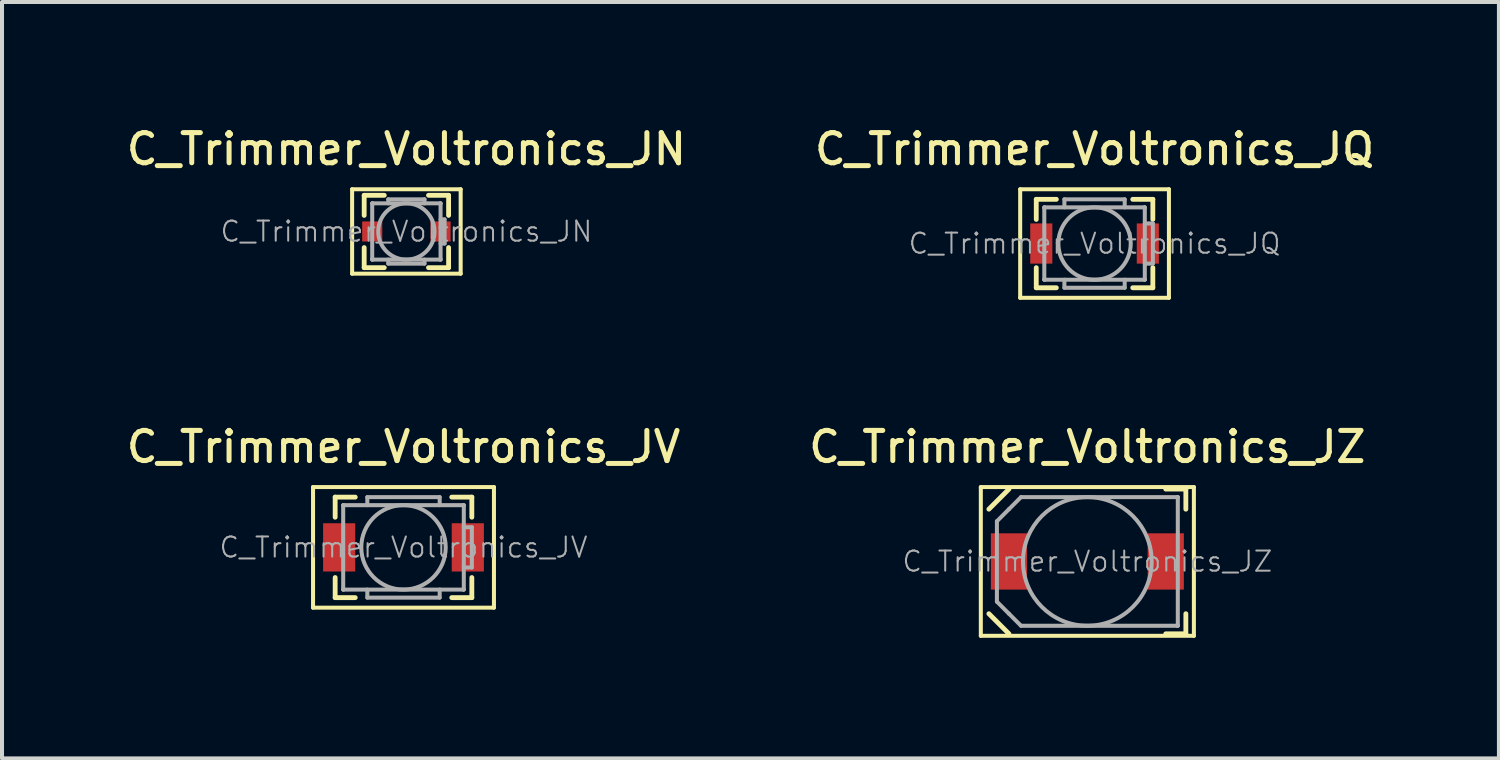
<source format=kicad_pcb>
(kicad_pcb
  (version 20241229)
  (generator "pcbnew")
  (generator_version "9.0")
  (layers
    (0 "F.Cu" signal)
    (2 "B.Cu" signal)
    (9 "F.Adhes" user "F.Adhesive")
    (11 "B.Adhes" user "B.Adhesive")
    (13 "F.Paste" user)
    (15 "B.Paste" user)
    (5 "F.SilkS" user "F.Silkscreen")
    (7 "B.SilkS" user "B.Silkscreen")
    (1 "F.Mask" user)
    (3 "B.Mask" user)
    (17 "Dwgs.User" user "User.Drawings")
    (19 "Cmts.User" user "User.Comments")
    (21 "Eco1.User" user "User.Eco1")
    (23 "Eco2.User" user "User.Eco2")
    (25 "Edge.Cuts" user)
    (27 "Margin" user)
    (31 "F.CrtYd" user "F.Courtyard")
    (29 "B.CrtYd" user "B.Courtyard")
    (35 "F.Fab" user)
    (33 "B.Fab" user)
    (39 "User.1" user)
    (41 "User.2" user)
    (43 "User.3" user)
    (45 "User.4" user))
  (footprint "C_Trimmer_Voltronics_JN"
    (layer "F.Cu")
    (at 7.059 2.708)
    (property "Reference" "C_Trimmer_Voltronics_JN" (at 0 -2.05 0) (layer "F.SilkS") (effects (font (size 0.75 0.75) (thickness 0.125))))
    (attr smd)
    (fp_line (start -1.35 -1.05) (end -1.35 1.05) (stroke (width 0.1) (type solid)) (layer "F.SilkS"))
    (fp_line (start -1.35 1.05) (end 1.35 1.05) (stroke (width 0.1) (type solid)) (layer "F.SilkS"))
    (fp_line (start -1.05 -0.9) (end -1.05 -0.4) (stroke (width 0.12) (type solid)) (layer "F.SilkS"))
    (fp_line (start -1.05 -0.9) (end -0.55 -0.9) (stroke (width 0.12) (type solid)) (layer "F.SilkS"))
    (fp_line (start -1.05 0.9) (end -1.05 0.4) (stroke (width 0.12) (type solid)) (layer "F.SilkS"))
    (fp_line (start -1.05 0.9) (end -0.55 0.9) (stroke (width 0.12) (type solid)) (layer "F.SilkS"))
    (fp_line (start 1.05 -0.9) (end 0.55 -0.9) (stroke (width 0.12) (type solid)) (layer "F.SilkS"))
    (fp_line (start 1.05 -0.9) (end 1.05 -0.4) (stroke (width 0.12) (type solid)) (layer "F.SilkS"))
    (fp_line (start 1.05 0.9) (end 0.55 0.9) (stroke (width 0.12) (type solid)) (layer "F.SilkS"))
    (fp_line (start 1.05 0.9) (end 1.05 0.4) (stroke (width 0.12) (type solid)) (layer "F.SilkS"))
    (fp_line (start 1.35 -1.05) (end -1.35 -1.05) (stroke (width 0.1) (type solid)) (layer "F.SilkS"))
    (fp_line (start 1.35 1.05) (end 1.35 -1.05) (stroke (width 0.1) (type solid)) (layer "F.SilkS"))
    (fp_line (start -0.85 -0.7) (end -0.84 -0.7) (stroke (width 0.1) (type solid)) (layer "F.Fab"))
    (fp_line (start -0.85 -0.69) (end -0.85 -0.7) (stroke (width 0.1) (type solid)) (layer "F.Fab"))
    (fp_line (start -0.85 0.69) (end -0.85 -0.69) (stroke (width 0.1) (type solid)) (layer "F.Fab"))
    (fp_line (start -0.85 0.7) (end -0.85 0.69) (stroke (width 0.1) (type solid)) (layer "F.Fab"))
    (fp_line (start -0.84 -0.7) (end 0.84 -0.7) (stroke (width 0.1) (type solid)) (layer "F.Fab"))
    (fp_line (start -0.84 0.7) (end -0.85 0.7) (stroke (width 0.1) (type solid)) (layer "F.Fab"))
    (fp_line (start -0.45 -0.8) (end 0.45 -0.8) (stroke (width 0.1) (type solid)) (layer "F.Fab"))
    (fp_line (start -0.45 -0.7) (end -0.45 -0.8) (stroke (width 0.1) (type solid)) (layer "F.Fab"))
    (fp_line (start -0.45 0.7) (end -0.45 0.8) (stroke (width 0.1) (type solid)) (layer "F.Fab"))
    (fp_line (start -0.45 0.8) (end 0.45 0.8) (stroke (width 0.1) (type solid)) (layer "F.Fab"))
    (fp_line (start 0.45 -0.8) (end 0.45 -0.7) (stroke (width 0.1) (type solid)) (layer "F.Fab"))
    (fp_line (start 0.45 0.8) (end 0.45 0.7) (stroke (width 0.1) (type solid)) (layer "F.Fab"))
    (fp_line (start 0.84 -0.7) (end 0.85 -0.7) (stroke (width 0.1) (type solid)) (layer "F.Fab"))
    (fp_line (start 0.84 0.7) (end -0.84 0.7) (stroke (width 0.1) (type solid)) (layer "F.Fab"))
    (fp_line (start 0.85 -0.7) (end 0.85 -0.69) (stroke (width 0.1) (type solid)) (layer "F.Fab"))
    (fp_line (start 0.85 -0.69) (end 0.85 0.69) (stroke (width 0.1) (type solid)) (layer "F.Fab"))
    (fp_line (start 0.85 -0.3) (end 0.95 -0.3) (stroke (width 0.1) (type solid)) (layer "F.Fab"))
    (fp_line (start 0.85 0.69) (end 0.85 0.7) (stroke (width 0.1) (type solid)) (layer "F.Fab"))
    (fp_line (start 0.85 0.7) (end 0.84 0.7) (stroke (width 0.1) (type solid)) (layer "F.Fab"))
    (fp_line (start 0.95 -0.3) (end 0.95 0.3) (stroke (width 0.1) (type solid)) (layer "F.Fab"))
    (fp_line (start 0.95 0.3) (end 0.85 0.3) (stroke (width 0.1) (type solid)) (layer "F.Fab"))
    (fp_circle (center 0 0) (end 0.7 0) (stroke (width 0.1) (type solid)) (fill no) (layer "F.Fab"))
    (fp_text user "${REFERENCE}" (at 0 0 0) (layer "F.Fab") (effects (font (size 0.5 0.5) (thickness 0.05))))
    (pad "1" smd rect (at -0.85 0) (size 0.5 0.5) (layers "F.Cu" "F.Mask" "F.Paste"))
    (pad "2" smd rect (at 0.85 0) (size 0.5 0.5) (layers "F.Cu" "F.Mask" "F.Paste")))
  (footprint "C_Trimmer_Voltronics_JV"
    (layer "F.Cu")
    (at 6.987 10.566)
    (property "Reference" "C_Trimmer_Voltronics_JV" (at 0 -2.5 0) (layer "F.SilkS") (effects (font (size 0.75 0.75) (thickness 0.125))))
    (attr smd)
    (fp_line (start -2.25 -1.5) (end -2.25 1.5) (stroke (width 0.1) (type solid)) (layer "F.SilkS"))
    (fp_line (start -2.25 1.5) (end 2.25 1.5) (stroke (width 0.1) (type solid)) (layer "F.SilkS"))
    (fp_line (start -1.7 -1.25) (end -1.7 -0.75) (stroke (width 0.12) (type solid)) (layer "F.SilkS"))
    (fp_line (start -1.7 -1.25) (end -1.2 -1.25) (stroke (width 0.12) (type solid)) (layer "F.SilkS"))
    (fp_line (start -1.7 1.25) (end -1.7 0.75) (stroke (width 0.12) (type solid)) (layer "F.SilkS"))
    (fp_line (start -1.7 1.25) (end -1.2 1.25) (stroke (width 0.12) (type solid)) (layer "F.SilkS"))
    (fp_line (start 1.7 -1.25) (end 1.2 -1.25) (stroke (width 0.12) (type solid)) (layer "F.SilkS"))
    (fp_line (start 1.7 -1.25) (end 1.7 -0.75) (stroke (width 0.12) (type solid)) (layer "F.SilkS"))
    (fp_line (start 1.7 1.25) (end 1.2 1.25) (stroke (width 0.12) (type solid)) (layer "F.SilkS"))
    (fp_line (start 1.7 1.25) (end 1.7 0.75) (stroke (width 0.12) (type solid)) (layer "F.SilkS"))
    (fp_line (start 2.25 -1.5) (end -2.25 -1.5) (stroke (width 0.1) (type solid)) (layer "F.SilkS"))
    (fp_line (start 2.25 1.5) (end 2.25 -1.5) (stroke (width 0.1) (type solid)) (layer "F.SilkS"))
    (fp_line (start -1.5 -1.05) (end -1.49 -1.05) (stroke (width 0.1) (type solid)) (layer "F.Fab"))
    (fp_line (start -1.5 -1.04) (end -1.5 -1.05) (stroke (width 0.1) (type solid)) (layer "F.Fab"))
    (fp_line (start -1.5 1.04) (end -1.5 -1.04) (stroke (width 0.1) (type solid)) (layer "F.Fab"))
    (fp_line (start -1.5 1.05) (end -1.5 1.04) (stroke (width 0.1) (type solid)) (layer "F.Fab"))
    (fp_line (start -1.49 -1.05) (end 1.49 -1.05) (stroke (width 0.1) (type solid)) (layer "F.Fab"))
    (fp_line (start -1.49 1.05) (end -1.5 1.05) (stroke (width 0.1) (type solid)) (layer "F.Fab"))
    (fp_line (start -0.9 -1.25) (end 0.9 -1.25) (stroke (width 0.1) (type solid)) (layer "F.Fab"))
    (fp_line (start -0.9 -1.05) (end -0.9 -1.25) (stroke (width 0.1) (type solid)) (layer "F.Fab"))
    (fp_line (start -0.9 1.05) (end -0.9 1.25) (stroke (width 0.1) (type solid)) (layer "F.Fab"))
    (fp_line (start -0.9 1.25) (end 0.9 1.25) (stroke (width 0.1) (type solid)) (layer "F.Fab"))
    (fp_line (start 0.9 -1.25) (end 0.9 -1.05) (stroke (width 0.1) (type solid)) (layer "F.Fab"))
    (fp_line (start 0.9 1.25) (end 0.9 1.05) (stroke (width 0.1) (type solid)) (layer "F.Fab"))
    (fp_line (start 1.49 -1.05) (end 1.5 -1.05) (stroke (width 0.1) (type solid)) (layer "F.Fab"))
    (fp_line (start 1.49 1.05) (end -1.49 1.05) (stroke (width 0.1) (type solid)) (layer "F.Fab"))
    (fp_line (start 1.5 -1.05) (end 1.5 -1.04) (stroke (width 0.1) (type solid)) (layer "F.Fab"))
    (fp_line (start 1.5 -1.04) (end 1.5 1.04) (stroke (width 0.1) (type solid)) (layer "F.Fab"))
    (fp_line (start 1.5 -0.5) (end 1.7 -0.5) (stroke (width 0.1) (type solid)) (layer "F.Fab"))
    (fp_line (start 1.5 1.04) (end 1.5 1.05) (stroke (width 0.1) (type solid)) (layer "F.Fab"))
    (fp_line (start 1.5 1.05) (end 1.49 1.05) (stroke (width 0.1) (type solid)) (layer "F.Fab"))
    (fp_line (start 1.7 -0.5) (end 1.7 0.5) (stroke (width 0.1) (type solid)) (layer "F.Fab"))
    (fp_line (start 1.7 0.5) (end 1.5 0.5) (stroke (width 0.1) (type solid)) (layer "F.Fab"))
    (fp_circle (center 0 0) (end 1.05 0) (stroke (width 0.1) (type solid)) (fill no) (layer "F.Fab"))
    (fp_text user "${REFERENCE}" (at 0 0 0) (layer "F.Fab") (effects (font (size 0.5 0.5) (thickness 0.05))))
    (pad "1" smd rect (at -1.6 0) (size 0.8 1.2) (layers "F.Cu" "F.Mask" "F.Paste"))
    (pad "2" smd rect (at 1.6 0) (size 0.8 1.2) (layers "F.Cu" "F.Mask" "F.Paste")))
  (footprint "C_Trimmer_Voltronics_JQ"
    (layer "F.Cu")
    (at 24.177 3.008)
    (property "Reference" "C_Trimmer_Voltronics_JQ" (at 0 -2.35 0) (layer "F.SilkS") (effects (font (size 0.75 0.75) (thickness 0.125))))
    (attr smd)
    (fp_line (start -1.85 -1.35) (end -1.85 1.35) (stroke (width 0.1) (type solid)) (layer "F.SilkS"))
    (fp_line (start -1.85 1.35) (end 1.85 1.35) (stroke (width 0.1) (type solid)) (layer "F.SilkS"))
    (fp_line (start -1.45 -1.1) (end -1.45 -0.6) (stroke (width 0.12) (type solid)) (layer "F.SilkS"))
    (fp_line (start -1.45 -1.1) (end -0.95 -1.1) (stroke (width 0.12) (type solid)) (layer "F.SilkS"))
    (fp_line (start -1.45 1.1) (end -1.45 0.6) (stroke (width 0.12) (type solid)) (layer "F.SilkS"))
    (fp_line (start -1.45 1.1) (end -0.95 1.1) (stroke (width 0.12) (type solid)) (layer "F.SilkS"))
    (fp_line (start 1.45 -1.1) (end 0.95 -1.1) (stroke (width 0.12) (type solid)) (layer "F.SilkS"))
    (fp_line (start 1.45 -1.1) (end 1.45 -0.6) (stroke (width 0.12) (type solid)) (layer "F.SilkS"))
    (fp_line (start 1.45 1.1) (end 0.95 1.1) (stroke (width 0.12) (type solid)) (layer "F.SilkS"))
    (fp_line (start 1.45 1.1) (end 1.45 0.6) (stroke (width 0.12) (type solid)) (layer "F.SilkS"))
    (fp_line (start 1.85 -1.35) (end -1.85 -1.35) (stroke (width 0.1) (type solid)) (layer "F.SilkS"))
    (fp_line (start 1.85 1.35) (end 1.85 -1.35) (stroke (width 0.1) (type solid)) (layer "F.SilkS"))
    (fp_line (start -1.25 -0.9) (end -1.24 -0.9) (stroke (width 0.1) (type solid)) (layer "F.Fab"))
    (fp_line (start -1.25 -0.89) (end -1.25 -0.9) (stroke (width 0.1) (type solid)) (layer "F.Fab"))
    (fp_line (start -1.25 0.89) (end -1.25 -0.89) (stroke (width 0.1) (type solid)) (layer "F.Fab"))
    (fp_line (start -1.25 0.9) (end -1.25 0.89) (stroke (width 0.1) (type solid)) (layer "F.Fab"))
    (fp_line (start -1.24 -0.9) (end 1.24 -0.9) (stroke (width 0.1) (type solid)) (layer "F.Fab"))
    (fp_line (start -1.24 0.9) (end -1.25 0.9) (stroke (width 0.1) (type solid)) (layer "F.Fab"))
    (fp_line (start -0.75 -1.1) (end 0.75 -1.1) (stroke (width 0.1) (type solid)) (layer "F.Fab"))
    (fp_line (start -0.75 -0.9) (end -0.75 -1.1) (stroke (width 0.1) (type solid)) (layer "F.Fab"))
    (fp_line (start -0.75 0.9) (end -0.75 1.1) (stroke (width 0.1) (type solid)) (layer "F.Fab"))
    (fp_line (start -0.75 1.1) (end 0.75 1.1) (stroke (width 0.1) (type solid)) (layer "F.Fab"))
    (fp_line (start 0.75 -1.1) (end 0.75 -0.9) (stroke (width 0.1) (type solid)) (layer "F.Fab"))
    (fp_line (start 0.75 1.1) (end 0.75 0.9) (stroke (width 0.1) (type solid)) (layer "F.Fab"))
    (fp_line (start 1.24 -0.9) (end 1.25 -0.9) (stroke (width 0.1) (type solid)) (layer "F.Fab"))
    (fp_line (start 1.24 0.9) (end -1.24 0.9) (stroke (width 0.1) (type solid)) (layer "F.Fab"))
    (fp_line (start 1.25 -0.9) (end 1.25 -0.89) (stroke (width 0.1) (type solid)) (layer "F.Fab"))
    (fp_line (start 1.25 -0.89) (end 1.25 0.89) (stroke (width 0.1) (type solid)) (layer "F.Fab"))
    (fp_line (start 1.25 -0.5) (end 1.45 -0.5) (stroke (width 0.1) (type solid)) (layer "F.Fab"))
    (fp_line (start 1.25 0.89) (end 1.25 0.9) (stroke (width 0.1) (type solid)) (layer "F.Fab"))
    (fp_line (start 1.25 0.9) (end 1.24 0.9) (stroke (width 0.1) (type solid)) (layer "F.Fab"))
    (fp_line (start 1.45 -0.5) (end 1.45 0.5) (stroke (width 0.1) (type solid)) (layer "F.Fab"))
    (fp_line (start 1.45 0.5) (end 1.25 0.5) (stroke (width 0.1) (type solid)) (layer "F.Fab"))
    (fp_circle (center 0 0) (end 0.9 0) (stroke (width 0.1) (type solid)) (fill no) (layer "F.Fab"))
    (fp_text user "${REFERENCE}" (at 0 0 0) (layer "F.Fab") (effects (font (size 0.5 0.5) (thickness 0.05))))
    (pad "1" smd rect (at -1.325 0) (size 0.55 1) (layers "F.Cu" "F.Mask" "F.Paste"))
    (pad "2" smd rect (at 1.325 0) (size 0.55 1) (layers "F.Cu" "F.Mask" "F.Paste")))
  (footprint "C_Trimmer_Voltronics_JZ"
    (layer "F.Cu")
    (at 23.998 10.916)
    (property "Reference" "C_Trimmer_Voltronics_JZ" (at 0 -2.85 0) (layer "F.SilkS") (effects (font (size 0.75 0.75) (thickness 0.125))))
    (attr smd)
    (fp_line (start -2.65 -1.85) (end -2.65 1.85) (stroke (width 0.1) (type solid)) (layer "F.SilkS"))
    (fp_line (start -2.65 1.85) (end 2.65 1.85) (stroke (width 0.1) (type solid)) (layer "F.SilkS"))
    (fp_line (start -2.45 -1.3) (end -1.95 -1.8) (stroke (width 0.12) (type solid)) (layer "F.SilkS"))
    (fp_line (start -2.45 1.3) (end -1.95 1.8) (stroke (width 0.12) (type solid)) (layer "F.SilkS"))
    (fp_line (start 2.45 -1.8) (end 1.95 -1.8) (stroke (width 0.12) (type solid)) (layer "F.SilkS"))
    (fp_line (start 2.45 -1.8) (end 2.45 -1.3) (stroke (width 0.12) (type solid)) (layer "F.SilkS"))
    (fp_line (start 2.45 1.8) (end 1.95 1.8) (stroke (width 0.12) (type solid)) (layer "F.SilkS"))
    (fp_line (start 2.45 1.8) (end 2.45 1.3) (stroke (width 0.12) (type solid)) (layer "F.SilkS"))
    (fp_line (start 2.65 -1.85) (end -2.65 -1.85) (stroke (width 0.1) (type solid)) (layer "F.SilkS"))
    (fp_line (start 2.65 1.85) (end 2.65 -1.85) (stroke (width 0.1) (type solid)) (layer "F.SilkS"))
    (fp_line (start -2.25 -1) (end -1.95 -1.3) (stroke (width 0.1) (type solid)) (layer "F.Fab"))
    (fp_line (start -2.25 1) (end -2.25 -1) (stroke (width 0.1) (type solid)) (layer "F.Fab"))
    (fp_line (start -1.95 -1.3) (end -1.65 -1.6) (stroke (width 0.1) (type solid)) (layer "F.Fab"))
    (fp_line (start -1.95 1.3) (end -2.25 1) (stroke (width 0.1) (type solid)) (layer "F.Fab"))
    (fp_line (start -1.65 -1.6) (end 2.24 -1.6) (stroke (width 0.1) (type solid)) (layer "F.Fab"))
    (fp_line (start -1.65 1.6) (end -1.95 1.3) (stroke (width 0.1) (type solid)) (layer "F.Fab"))
    (fp_line (start 2.24 -1.6) (end 2.25 -1.6) (stroke (width 0.1) (type solid)) (layer "F.Fab"))
    (fp_line (start 2.24 1.6) (end -1.65 1.6) (stroke (width 0.1) (type solid)) (layer "F.Fab"))
    (fp_line (start 2.25 -1.6) (end 2.25 -1.59) (stroke (width 0.1) (type solid)) (layer "F.Fab"))
    (fp_line (start 2.25 -1.59) (end 2.25 1.59) (stroke (width 0.1) (type solid)) (layer "F.Fab"))
    (fp_line (start 2.25 1.59) (end 2.25 1.6) (stroke (width 0.1) (type solid)) (layer "F.Fab"))
    (fp_line (start 2.25 1.6) (end 2.24 1.6) (stroke (width 0.1) (type solid)) (layer "F.Fab"))
    (fp_circle (center 0 0) (end 1.6 0) (stroke (width 0.1) (type solid)) (fill no) (layer "F.Fab"))
    (fp_text user "${REFERENCE}" (at 0 0 0) (layer "F.Fab") (effects (font (size 0.5 0.5) (thickness 0.05))))
    (pad "1" smd rect (at -1.95 0) (size 0.9 1.4) (layers "F.Cu" "F.Mask" "F.Paste"))
    (pad "2" smd rect (at 1.95 0) (size 0.9 1.4) (layers "F.Cu" "F.Mask" "F.Paste")))
  (gr_rect
    (start -3 -3)
    (end 34.236 15.816)
    (stroke (width 0.1) (type default))
    (fill no)
    (layer "Edge.Cuts")))
</source>
